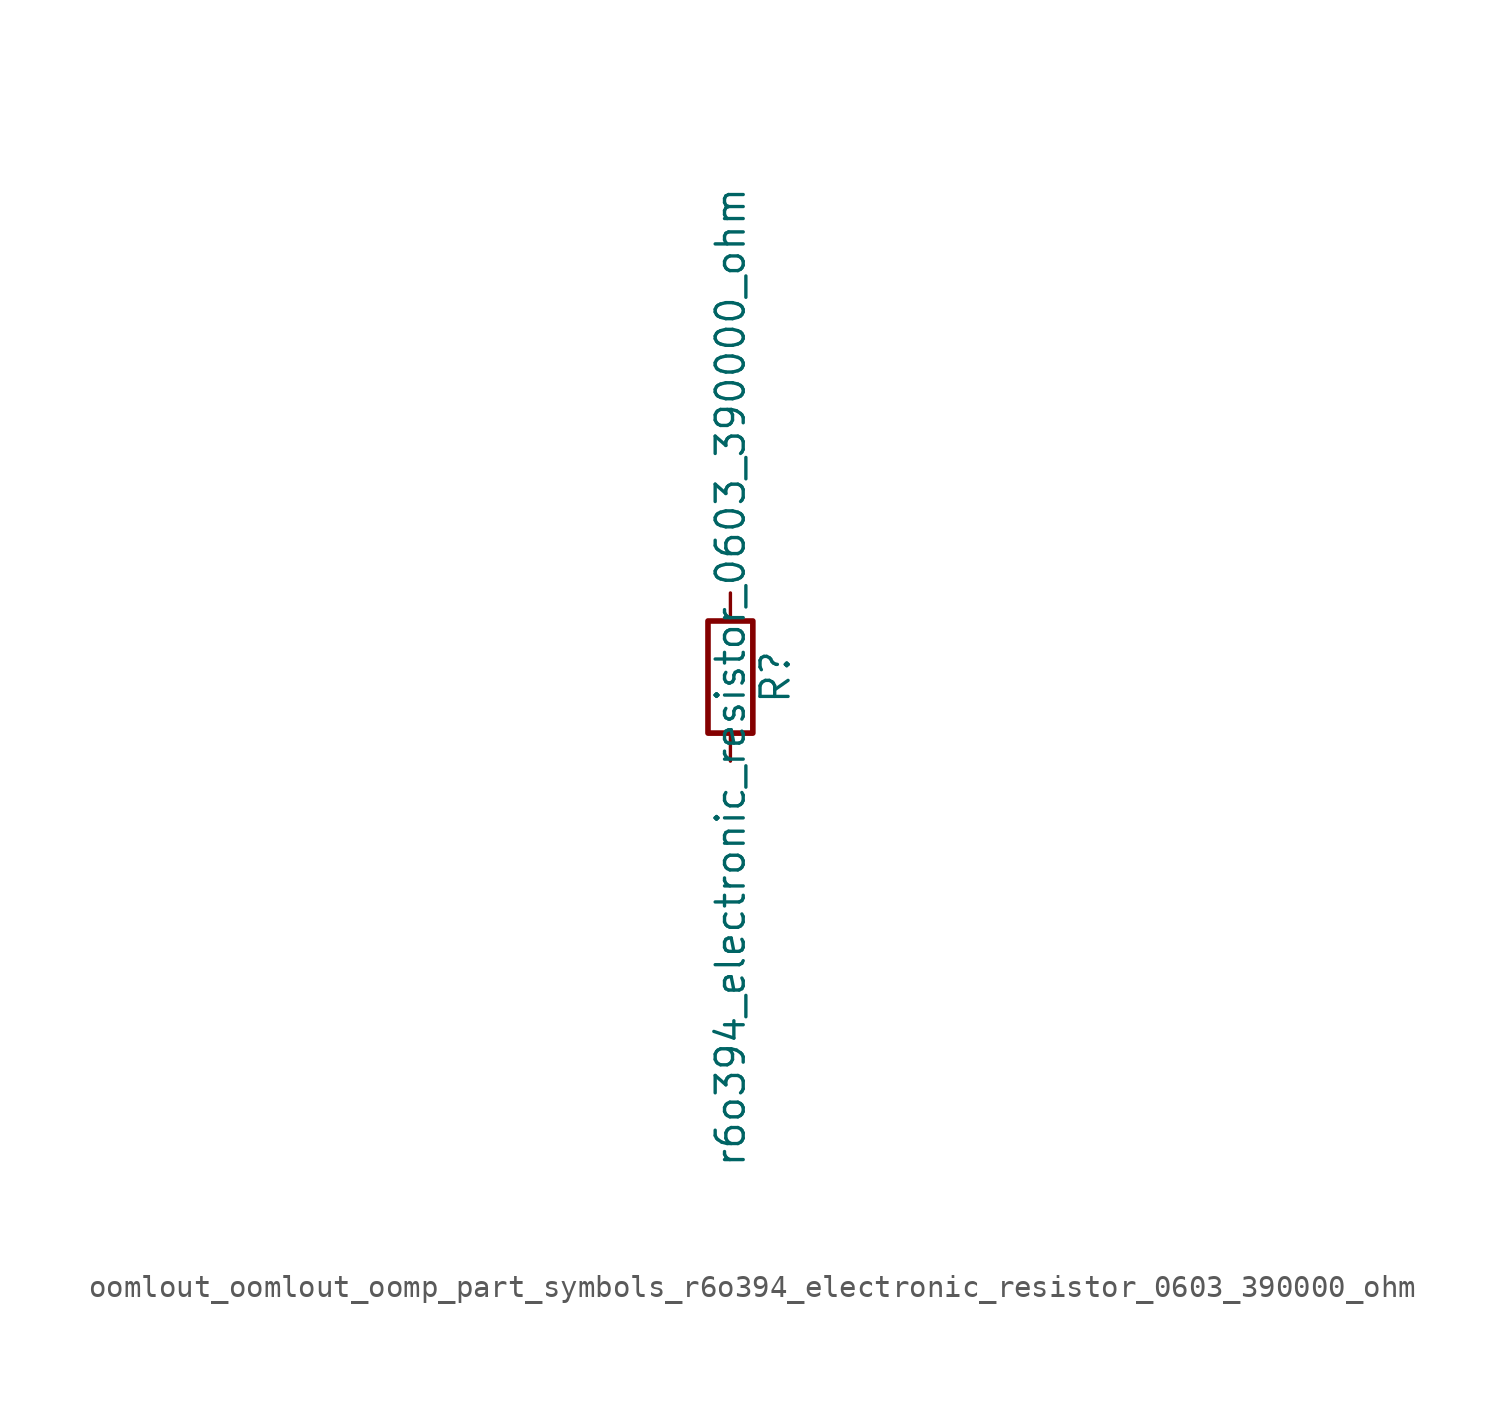
<source format=kicad_sym>
(kicad_symbol_lib
  (version 20220914)
  (generator kicad_symbol_editor)
  (symbol "oomlout_oomlout_oomp_part_symbols_r6o394_electronic_resistor_0603_390000_ohm"
    (pin_numbers hide)
    (pin_names
      (offset 0))
    (property "Reference" "R"
      (at 2.032 0 90)
      (effects (font (size 1.27 1.27))))
    (property "Value" "r6o394_electronic_resistor_0603_390000_ohm"
      (at 0 0 90)
      (effects (font (size 1.27 1.27))))
    (symbol "oomlout_oomlout_oomp_part_symbols_r6o394_electronic_resistor_0603_390000_ohm_0_1"
      (rectangle (start -1.016 -2.54) (end 1.016 2.54) (stroke (width 0.254) (type default)) (fill (type none))))
    (symbol "oomlout_oomlout_oomp_part_symbols_r6o394_electronic_resistor_0603_390000_ohm_1_1"
      (pin passive line (at 0 3.81 270) (length 1.27) (name "~" (effects (font (size 1.27 1.27)))) (number "1" (effects (font (size 1.27 1.27)))))
      (pin passive line (at 0 -3.81 90) (length 1.27) (name "~" (effects (font (size 1.27 1.27)))) (number "2" (effects (font (size 1.27 1.27))))))))
</source>
